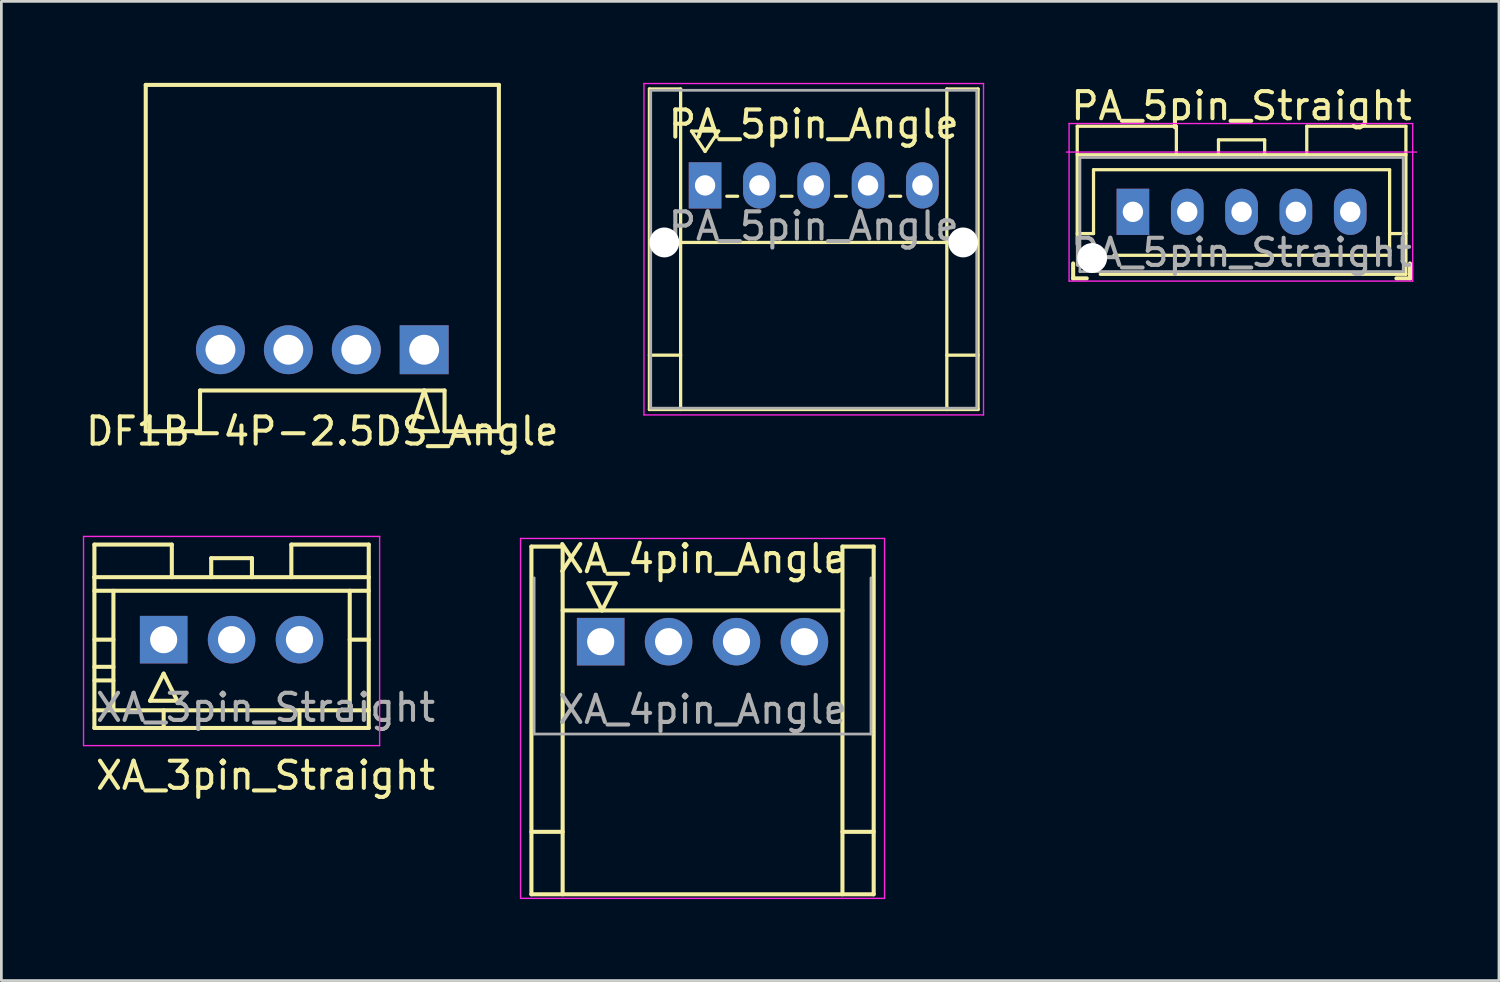
<source format=kicad_pcb>
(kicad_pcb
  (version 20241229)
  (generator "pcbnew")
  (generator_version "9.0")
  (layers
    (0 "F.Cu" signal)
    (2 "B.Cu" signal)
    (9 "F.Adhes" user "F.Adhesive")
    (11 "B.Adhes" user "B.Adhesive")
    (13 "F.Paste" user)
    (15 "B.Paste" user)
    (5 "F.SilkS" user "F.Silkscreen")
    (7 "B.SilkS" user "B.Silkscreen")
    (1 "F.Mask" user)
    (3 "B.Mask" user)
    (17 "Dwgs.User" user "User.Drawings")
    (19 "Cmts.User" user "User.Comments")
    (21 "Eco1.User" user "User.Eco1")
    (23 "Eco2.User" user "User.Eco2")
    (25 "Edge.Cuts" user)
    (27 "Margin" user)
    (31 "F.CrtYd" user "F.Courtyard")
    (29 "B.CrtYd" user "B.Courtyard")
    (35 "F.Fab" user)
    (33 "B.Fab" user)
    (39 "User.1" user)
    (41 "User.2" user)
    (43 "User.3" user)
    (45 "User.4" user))
  (footprint "DF1B-4P-2.5DS_Angle"
    (layer "F.Cu")
    (at 8.815 9.825)
    (property "Reference" "DF1B-4P-2.5DS_Angle" (at 0 3 0) (layer "F.SilkS") (effects (font (size 1 1) (thickness 0.15))))
    (attr through_hole)
    (fp_line (start -6.5 -9.75) (end 6.5 -9.75) (stroke (width 0.15) (type solid)) (layer "F.SilkS"))
    (fp_line (start -6.5 3) (end -6.5 -9.75) (stroke (width 0.15) (type solid)) (layer "F.SilkS"))
    (fp_line (start -6.5 3) (end -4.5 3) (stroke (width 0.15) (type solid)) (layer "F.SilkS"))
    (fp_line (start -4.5 1.5) (end 4.5 1.5) (stroke (width 0.15) (type solid)) (layer "F.SilkS"))
    (fp_line (start -4.5 3) (end -4.5 1.5) (stroke (width 0.15) (type solid)) (layer "F.SilkS"))
    (fp_line (start 3.25 3) (end 4.25 3) (stroke (width 0.15) (type solid)) (layer "F.SilkS"))
    (fp_line (start 3.75 1.5) (end 3.25 3) (stroke (width 0.15) (type solid)) (layer "F.SilkS"))
    (fp_line (start 4.25 3) (end 3.75 1.5) (stroke (width 0.15) (type solid)) (layer "F.SilkS"))
    (fp_line (start 4.5 1.5) (end 4.5 3) (stroke (width 0.15) (type solid)) (layer "F.SilkS"))
    (fp_line (start 4.5 3) (end 6.5 3) (stroke (width 0.15) (type solid)) (layer "F.SilkS"))
    (fp_line (start 6.5 3) (end 6.5 -9.75) (stroke (width 0.15) (type solid)) (layer "F.SilkS"))
    (pad "1" thru_hole rect (at 3.75 0) (size 1.8 1.8) (drill 1.1) (layers "*.Cu" "*.Mask"))
    (pad "2" thru_hole circle (at 1.25 0) (size 1.8 1.8) (drill 1.1) (layers "*.Cu" "*.Mask"))
    (pad "3" thru_hole circle (at -1.25 0) (size 1.8 1.8) (drill 1.1) (layers "*.Cu" "*.Mask"))
    (pad "4" thru_hole circle (at -3.75 0) (size 1.8 1.8) (drill 1.1) (layers "*.Cu" "*.Mask")))
  (footprint "PA_5pin_Angle"
    (layer "F.Cu")
    (at 26.906 3.775)
    (property "Reference" "PA_5pin_Angle" (at 0 -2.25 0) (layer "F.SilkS") (effects (font (size 1 1) (thickness 0.15))))
    (attr through_hole)
    (fp_line (start -6.05 -3.55) (end -6.05 8.25) (stroke (width 0.12) (type solid)) (layer "F.SilkS"))
    (fp_line (start -6.05 -3.55) (end -4.9 -3.55) (stroke (width 0.12) (type solid)) (layer "F.SilkS"))
    (fp_line (start -6.05 6.25) (end -4.9 6.25) (stroke (width 0.12) (type solid)) (layer "F.SilkS"))
    (fp_line (start -4.9 -3.55) (end -4.9 8.25) (stroke (width 0.12) (type solid)) (layer "F.SilkS"))
    (fp_line (start -4.5 -2) (end -3.5 -2) (stroke (width 0.12) (type solid)) (layer "F.SilkS"))
    (fp_line (start -4 -1.25) (end -4.5 -2) (stroke (width 0.12) (type solid)) (layer "F.SilkS"))
    (fp_line (start -3.5 -2) (end -4 -1.25) (stroke (width 0.12) (type solid)) (layer "F.SilkS"))
    (fp_line (start -3.2 0.4) (end -2.8 0.4) (stroke (width 0.12) (type solid)) (layer "F.SilkS"))
    (fp_line (start -1.2 0.4) (end -0.8 0.4) (stroke (width 0.12) (type solid)) (layer "F.SilkS"))
    (fp_line (start 0.8 0.4) (end 1.2 0.4) (stroke (width 0.12) (type solid)) (layer "F.SilkS"))
    (fp_line (start 2.8 0.4) (end 3.2 0.4) (stroke (width 0.12) (type solid)) (layer "F.SilkS"))
    (fp_line (start 4.9 -3.55) (end 4.9 8.25) (stroke (width 0.12) (type solid)) (layer "F.SilkS"))
    (fp_line (start 4.9 -3.55) (end 6.05 -3.55) (stroke (width 0.12) (type solid)) (layer "F.SilkS"))
    (fp_line (start 4.9 2.1) (end -4.9 2.1) (stroke (width 0.12) (type solid)) (layer "F.SilkS"))
    (fp_line (start 4.9 6.25) (end 6.05 6.25) (stroke (width 0.12) (type solid)) (layer "F.SilkS"))
    (fp_line (start 6.05 8.25) (end -6.05 8.25) (stroke (width 0.12) (type solid)) (layer "F.SilkS"))
    (fp_line (start 6.05 8.25) (end 6.05 -3.55) (stroke (width 0.12) (type solid)) (layer "F.SilkS"))
    (fp_line (start -6.25 -3.75) (end 6.25 -3.75) (stroke (width 0.05) (type solid)) (layer "F.CrtYd"))
    (fp_line (start -6.25 8.45) (end -6.25 -3.75) (stroke (width 0.05) (type solid)) (layer "F.CrtYd"))
    (fp_line (start -6.25 8.45) (end 6.25 8.45) (stroke (width 0.05) (type solid)) (layer "F.CrtYd"))
    (fp_line (start 6.25 8.45) (end 6.25 -3.75) (stroke (width 0.05) (type solid)) (layer "F.CrtYd"))
    (fp_line (start -6 -3.5) (end -6 8.2) (stroke (width 0.1) (type solid)) (layer "F.Fab"))
    (fp_line (start -6 8.2) (end 6 8.2) (stroke (width 0.1) (type solid)) (layer "F.Fab"))
    (fp_line (start 6 -3.5) (end -6 -3.5) (stroke (width 0.1) (type solid)) (layer "F.Fab"))
    (fp_line (start 6 8.2) (end 6 -3.5) (stroke (width 0.1) (type solid)) (layer "F.Fab"))
    (fp_text user "${REFERENCE}" (at 0 1.5 0) (layer "F.Fab") (effects (font (size 1 1) (thickness 0.15))))
    (pad "" np_thru_hole circle (at -5.5 2.1) (size 1.1 1.1) (drill 1.1) (layers "*.Cu" "*.Mask"))
    (pad "" np_thru_hole circle (at 5.5 2.1) (size 1.1 1.1) (drill 1.1) (layers "*.Cu" "*.Mask"))
    (pad "1" thru_hole rect (at -4 0) (size 1.2 1.7) (drill 0.75) (layers "*.Cu" "*.Mask"))
    (pad "2" thru_hole oval (at -2 0) (size 1.2 1.7) (drill 0.75) (layers "*.Cu" "*.Mask"))
    (pad "3" thru_hole oval (at 0 0) (size 1.2 1.7) (drill 0.75) (layers "*.Cu" "*.Mask"))
    (pad "4" thru_hole oval (at 2 0) (size 1.2 1.7) (drill 0.75) (layers "*.Cu" "*.Mask"))
    (pad "5" thru_hole oval (at 4 0) (size 1.2 1.7) (drill 0.75) (layers "*.Cu" "*.Mask")))
  (footprint "XA_4pin_Angle"
    (layer "F.Cu")
    (at 22.813 20.572)
    (property "Reference" "XA_4pin_Angle" (at 0 -3.05 0) (layer "F.SilkS") (effects (font (size 1 1) (thickness 0.15))))
    (attr through_hole)
    (fp_line (start -6.3 -3.5) (end -6.3 9.3) (stroke (width 0.15) (type solid)) (layer "F.SilkS"))
    (fp_line (start -6.3 7) (end -5.15 7) (stroke (width 0.15) (type solid)) (layer "F.SilkS"))
    (fp_line (start -6.3 9.3) (end 6.3 9.3) (stroke (width 0.15) (type solid)) (layer "F.SilkS"))
    (fp_line (start -5.15 -3.5) (end -6.3 -3.5) (stroke (width 0.15) (type solid)) (layer "F.SilkS"))
    (fp_line (start -5.15 -3.5) (end -5.15 9.3) (stroke (width 0.15) (type solid)) (layer "F.SilkS"))
    (fp_line (start -4.2 -2.15) (end -3.7 -1.15) (stroke (width 0.15) (type solid)) (layer "F.SilkS"))
    (fp_line (start -3.7 -1.15) (end -3.2 -2.15) (stroke (width 0.15) (type solid)) (layer "F.SilkS"))
    (fp_line (start -3.2 -2.15) (end -4.2 -2.15) (stroke (width 0.15) (type solid)) (layer "F.SilkS"))
    (fp_line (start 5.15 -3.5) (end 5.15 9.3) (stroke (width 0.15) (type solid)) (layer "F.SilkS"))
    (fp_line (start 5.15 -1.15) (end -5.15 -1.15) (stroke (width 0.15) (type solid)) (layer "F.SilkS"))
    (fp_line (start 6.3 -3.5) (end 5.15 -3.5) (stroke (width 0.15) (type solid)) (layer "F.SilkS"))
    (fp_line (start 6.3 7) (end 5.15 7) (stroke (width 0.15) (type solid)) (layer "F.SilkS"))
    (fp_line (start 6.3 9.3) (end 6.3 -3.5) (stroke (width 0.15) (type solid)) (layer "F.SilkS"))
    (fp_line (start -6.7 -3.8) (end -6.7 9.45) (stroke (width 0.05) (type solid)) (layer "F.CrtYd"))
    (fp_line (start -6.7 -3.8) (end 6.7 -3.8) (stroke (width 0.05) (type solid)) (layer "F.CrtYd"))
    (fp_line (start -6.7 9.45) (end 6.7 9.45) (stroke (width 0.05) (type solid)) (layer "F.CrtYd"))
    (fp_line (start 6.7 9.45) (end 6.7 -3.8) (stroke (width 0.05) (type solid)) (layer "F.CrtYd"))
    (fp_line (start -6.2 -2.35) (end -6.2 3.4) (stroke (width 0.1) (type solid)) (layer "F.Fab"))
    (fp_line (start -6.2 3.4) (end 6.2 3.4) (stroke (width 0.1) (type solid)) (layer "F.Fab"))
    (fp_line (start 6.2 3.4) (end 6.2 -2.35) (stroke (width 0.1) (type solid)) (layer "F.Fab"))
    (fp_text user "${REFERENCE}" (at 0 2.5 0) (layer "F.Fab") (effects (font (size 1 1) (thickness 0.15))))
    (pad "1" thru_hole rect (at -3.75 0) (size 1.75 1.75) (drill 1) (layers "*.Cu" "*.Mask"))
    (pad "2" thru_hole circle (at -1.25 0) (size 1.75 1.75) (drill 1) (layers "*.Cu" "*.Mask"))
    (pad "3" thru_hole circle (at 1.25 0) (size 1.75 1.75) (drill 1) (layers "*.Cu" "*.Mask"))
    (pad "4" thru_hole circle (at 3.75 0) (size 1.75 1.75) (drill 1) (layers "*.Cu" "*.Mask")))
  (footprint "XA_3pin_Straight"
    (layer "F.Cu")
    (at 5.475 20.498)
    (property "Reference" "XA_3pin_Straight" (at 1.25 5 0) (layer "F.SilkS") (effects (font (size 1 1) (thickness 0.15))))
    (attr through_hole)
    (fp_line (start -5.05 -2.3) (end -5.05 -3.5) (stroke (width 0.15) (type solid)) (layer "F.SilkS"))
    (fp_line (start -5.05 -2.3) (end -5.05 3.25) (stroke (width 0.15) (type solid)) (layer "F.SilkS"))
    (fp_line (start -5.05 -1.8) (end 5.05 -1.8) (stroke (width 0.15) (type solid)) (layer "F.SilkS"))
    (fp_line (start -5.05 0) (end -4.35 0) (stroke (width 0.15) (type solid)) (layer "F.SilkS"))
    (fp_line (start -5.05 3.25) (end 5.05 3.25) (stroke (width 0.15) (type solid)) (layer "F.SilkS"))
    (fp_line (start -4.35 1) (end -5.05 1) (stroke (width 0.15) (type solid)) (layer "F.SilkS"))
    (fp_line (start -4.35 1.5) (end -5.05 1.5) (stroke (width 0.15) (type solid)) (layer "F.SilkS"))
    (fp_line (start -4.35 2.6) (end -4.35 -1.8) (stroke (width 0.15) (type solid)) (layer "F.SilkS"))
    (fp_line (start -3 2.25) (end -2 2.25) (stroke (width 0.15) (type solid)) (layer "F.SilkS"))
    (fp_line (start -2.5 1.25) (end -3 2.25) (stroke (width 0.15) (type solid)) (layer "F.SilkS"))
    (fp_line (start -2.5 2.6) (end -2.5 3.2) (stroke (width 0.15) (type solid)) (layer "F.SilkS"))
    (fp_line (start -2.2 -3.5) (end -5.05 -3.5) (stroke (width 0.15) (type solid)) (layer "F.SilkS"))
    (fp_line (start -2.2 -2.3) (end -2.2 -3.5) (stroke (width 0.15) (type solid)) (layer "F.SilkS"))
    (fp_line (start -2 2.25) (end -2.5 1.25) (stroke (width 0.15) (type solid)) (layer "F.SilkS"))
    (fp_line (start -0.75 -3) (end 0.75 -3) (stroke (width 0.15) (type solid)) (layer "F.SilkS"))
    (fp_line (start -0.75 -2.3) (end -0.75 -3) (stroke (width 0.15) (type solid)) (layer "F.SilkS"))
    (fp_line (start 0.75 -3) (end 0.75 -2.3) (stroke (width 0.15) (type solid)) (layer "F.SilkS"))
    (fp_line (start 2.2 -2.3) (end 2.2 -3.5) (stroke (width 0.15) (type solid)) (layer "F.SilkS"))
    (fp_line (start 2.5 2.6) (end 2.5 3.25) (stroke (width 0.15) (type solid)) (layer "F.SilkS"))
    (fp_line (start 4.35 -1.8) (end 4.35 2.6) (stroke (width 0.15) (type solid)) (layer "F.SilkS"))
    (fp_line (start 4.35 0) (end 5.05 0) (stroke (width 0.15) (type solid)) (layer "F.SilkS"))
    (fp_line (start 5.05 -3.5) (end 2.2 -3.5) (stroke (width 0.15) (type solid)) (layer "F.SilkS"))
    (fp_line (start 5.05 -2.3) (end -5.05 -2.3) (stroke (width 0.15) (type solid)) (layer "F.SilkS"))
    (fp_line (start 5.05 -2.3) (end 5.05 -3.5) (stroke (width 0.15) (type solid)) (layer "F.SilkS"))
    (fp_line (start 5.05 2.6) (end -5.05 2.6) (stroke (width 0.15) (type solid)) (layer "F.SilkS"))
    (fp_line (start 5.05 3.25) (end 5.05 -2.3) (stroke (width 0.15) (type solid)) (layer "F.SilkS"))
    (fp_line (start -5.45 -3.8) (end -5.45 3.9) (stroke (width 0.05) (type solid)) (layer "F.CrtYd"))
    (fp_line (start -5.45 -3.8) (end 5.45 -3.8) (stroke (width 0.05) (type solid)) (layer "F.CrtYd"))
    (fp_line (start -5.45 3.9) (end 5.45 3.9) (stroke (width 0.05) (type solid)) (layer "F.CrtYd"))
    (fp_line (start 5.45 3.9) (end 5.45 -3.8) (stroke (width 0.05) (type solid)) (layer "F.CrtYd"))
    (fp_text user "${REFERENCE}" (at 1.25 2.5 0) (layer "F.Fab") (effects (font (size 1 1) (thickness 0.15))))
    (pad "1" thru_hole rect (at -2.5 0) (size 1.75 1.75) (drill 1) (layers "*.Cu" "*.Mask"))
    (pad "2" thru_hole circle (at 0 0) (size 1.75 1.75) (drill 1) (layers "*.Cu" "*.Mask"))
    (pad "3" thru_hole circle (at 2.5 0) (size 1.75 1.75) (drill 1) (layers "*.Cu" "*.Mask")))
  (footprint "PA_5pin_Straight"
    (layer "F.Cu")
    (at 42.656 4.748)
    (property "Reference" "PA_5pin_Straight" (at 0 -3.9 0) (layer "F.SilkS") (effects (font (size 1 1) (thickness 0.15))))
    (attr through_hole)
    (fp_line (start -6.2 1.9) (end -6.2 2.45) (stroke (width 0.15) (type solid)) (layer "F.SilkS"))
    (fp_line (start -6.2 2.45) (end -5.7 2.45) (stroke (width 0.15) (type solid)) (layer "F.SilkS"))
    (fp_line (start -6.05 -3.15) (end -6.05 1.2) (stroke (width 0.12) (type solid)) (layer "F.SilkS"))
    (fp_line (start -6.05 -3.15) (end -2.4 -3.15) (stroke (width 0.12) (type solid)) (layer "F.SilkS"))
    (fp_line (start -6.05 0.8) (end -5.45 0.8) (stroke (width 0.12) (type solid)) (layer "F.SilkS"))
    (fp_line (start -5.45 -1.55) (end -5.45 0.8) (stroke (width 0.12) (type solid)) (layer "F.SilkS"))
    (fp_line (start -5.2 2.3) (end 6.05 2.3) (stroke (width 0.12) (type solid)) (layer "F.SilkS"))
    (fp_line (start -4.7 1.6) (end 5.45 1.6) (stroke (width 0.12) (type solid)) (layer "F.SilkS"))
    (fp_line (start -2.4 -3.15) (end -2.4 -2.1) (stroke (width 0.12) (type solid)) (layer "F.SilkS"))
    (fp_line (start -0.85 -2.1) (end -0.85 -2.65) (stroke (width 0.12) (type solid)) (layer "F.SilkS"))
    (fp_line (start 0.85 -2.65) (end -0.85 -2.65) (stroke (width 0.12) (type solid)) (layer "F.SilkS"))
    (fp_line (start 0.85 -2.1) (end 0.85 -2.65) (stroke (width 0.12) (type solid)) (layer "F.SilkS"))
    (fp_line (start 2.4 -3.15) (end 2.4 -2.1) (stroke (width 0.12) (type solid)) (layer "F.SilkS"))
    (fp_line (start 2.4 -3.15) (end 6.05 -3.15) (stroke (width 0.12) (type solid)) (layer "F.SilkS"))
    (fp_line (start 5.45 -1.55) (end -5.45 -1.55) (stroke (width 0.12) (type solid)) (layer "F.SilkS"))
    (fp_line (start 5.45 1.6) (end 5.45 -1.55) (stroke (width 0.12) (type solid)) (layer "F.SilkS"))
    (fp_line (start 5.7 2.45) (end 6.2 2.45) (stroke (width 0.15) (type solid)) (layer "F.SilkS"))
    (fp_line (start 6.05 -2.1) (end -6.05 -2.1) (stroke (width 0.12) (type solid)) (layer "F.SilkS"))
    (fp_line (start 6.05 0.8) (end 5.45 0.8) (stroke (width 0.12) (type solid)) (layer "F.SilkS"))
    (fp_line (start 6.05 2.3) (end 6.05 -3.15) (stroke (width 0.12) (type solid)) (layer "F.SilkS"))
    (fp_line (start 6.2 1.9) (end 6.2 2.45) (stroke (width 0.15) (type solid)) (layer "F.SilkS"))
    (fp_line (start -6.35 -3.25) (end 6.3 -3.25) (stroke (width 0.05) (type solid)) (layer "F.CrtYd"))
    (fp_line (start -6.35 2.55) (end -6.35 -3.25) (stroke (width 0.05) (type solid)) (layer "F.CrtYd"))
    (fp_line (start -6.35 2.55) (end 6.3 2.55) (stroke (width 0.05) (type solid)) (layer "F.CrtYd"))
    (fp_line (start 6.3 2.55) (end 6.3 -3.25) (stroke (width 0.05) (type solid)) (layer "F.CrtYd"))
    (fp_line (start 6.45 -2.2) (end -6.45 -2.2) (stroke (width 0.05) (type solid)) (layer "F.CrtYd"))
    (fp_line (start -5.95 -2) (end -5.95 2.2) (stroke (width 0.1) (type solid)) (layer "F.Fab"))
    (fp_line (start -5.95 2.2) (end 5.95 2.2) (stroke (width 0.1) (type solid)) (layer "F.Fab"))
    (fp_line (start 5.95 -2) (end -5.95 -2) (stroke (width 0.1) (type solid)) (layer "F.Fab"))
    (fp_line (start 5.95 2.2) (end 5.95 -2) (stroke (width 0.1) (type solid)) (layer "F.Fab"))
    (fp_text user "${REFERENCE}" (at 0 1.5 0) (layer "F.Fab") (effects (font (size 1 1) (thickness 0.15))))
    (pad "" np_thru_hole circle (at -5.5 1.7) (size 1.1 1.1) (drill 1.1) (layers "*.Cu" "*.Mask"))
    (pad "1" thru_hole rect (at -4 0) (size 1.2 1.7) (drill 0.75) (layers "*.Cu" "*.Mask"))
    (pad "2" thru_hole oval (at -2 0) (size 1.2 1.7) (drill 0.75) (layers "*.Cu" "*.Mask"))
    (pad "3" thru_hole oval (at 0 0) (size 1.2 1.7) (drill 0.75) (layers "*.Cu" "*.Mask"))
    (pad "4" thru_hole oval (at 2 0) (size 1.2 1.7) (drill 0.75) (layers "*.Cu" "*.Mask"))
    (pad "5" thru_hole oval (at 4 0) (size 1.2 1.7) (drill 0.75) (layers "*.Cu" "*.Mask")))
  (gr_rect
    (start -3 -3)
    (end 52.131 33.047)
    (stroke (width 0.1) (type default))
    (fill no)
    (layer "Edge.Cuts")))
</source>
